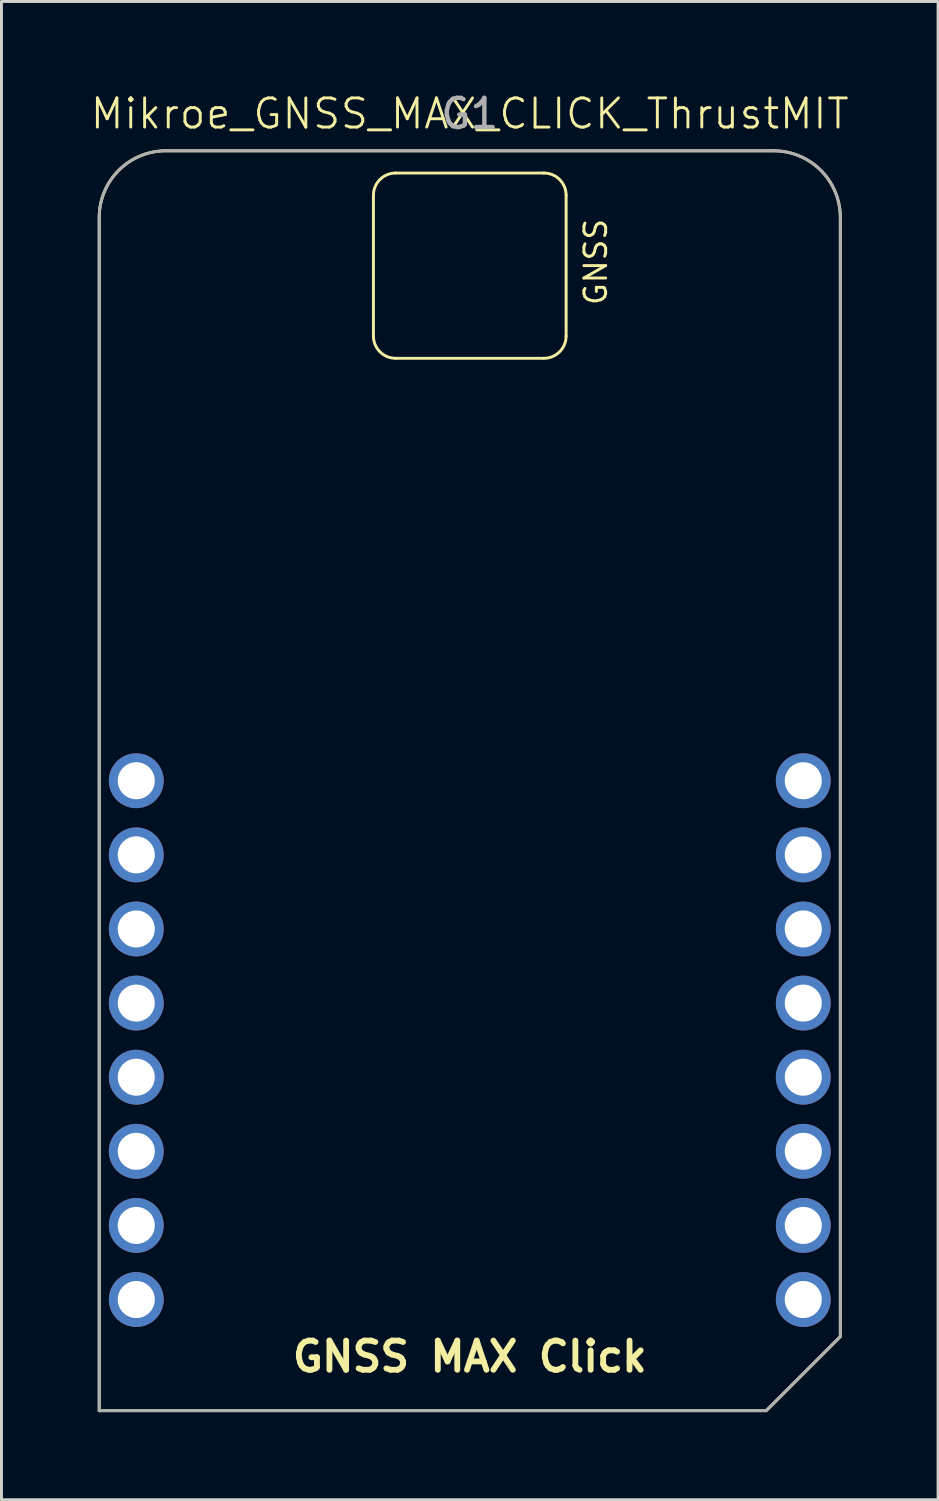
<source format=kicad_pcb>
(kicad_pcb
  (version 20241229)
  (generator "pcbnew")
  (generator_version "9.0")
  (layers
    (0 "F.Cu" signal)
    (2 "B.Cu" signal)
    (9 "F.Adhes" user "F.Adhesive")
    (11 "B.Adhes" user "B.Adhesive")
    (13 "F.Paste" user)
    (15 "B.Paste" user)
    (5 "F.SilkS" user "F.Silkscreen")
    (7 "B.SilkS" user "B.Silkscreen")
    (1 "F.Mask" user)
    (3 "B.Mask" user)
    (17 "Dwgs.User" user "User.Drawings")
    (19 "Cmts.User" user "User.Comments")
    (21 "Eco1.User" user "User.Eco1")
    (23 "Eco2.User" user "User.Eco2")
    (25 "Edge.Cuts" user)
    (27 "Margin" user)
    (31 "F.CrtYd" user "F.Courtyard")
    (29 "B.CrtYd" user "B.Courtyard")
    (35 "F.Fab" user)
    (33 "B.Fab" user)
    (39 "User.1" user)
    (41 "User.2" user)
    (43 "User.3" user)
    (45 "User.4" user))
  (footprint "Mikroe_GNSS_MAX_CLICK_ThrustMIT"
    (layer "F.Cu")
    (at 13.05 23.708)
    (property "Reference" "Mikroe_GNSS_MAX_CLICK_ThrustMIT" (at 0 -22.86 0) (unlocked yes) (layer "F.SilkS") (effects (font (size 1 1) (thickness 0.1))))
    (attr through_hole)
    (fp_line (start -3.302 -20.066) (end -3.302 -15.24) (stroke (width 0.1) (type default)) (layer "F.SilkS"))
    (fp_line (start -2.54 -20.828) (end 2.54 -20.828) (stroke (width 0.1) (type default)) (layer "F.SilkS"))
    (fp_line (start 2.54 -14.478) (end -2.54 -14.478) (stroke (width 0.1) (type default)) (layer "F.SilkS"))
    (fp_line (start 3.302 -20.066) (end 3.302 -15.24) (stroke (width 0.1) (type default)) (layer "F.SilkS"))
    (fp_arc (start -3.302 -20.066) (mid -3.078815 -20.604815) (end -2.54 -20.828) (stroke (width 0.1) (type default)) (layer "F.SilkS"))
    (fp_arc (start -2.54 -14.478) (mid -3.078815 -14.701185) (end -3.302 -15.24) (stroke (width 0.1) (type default)) (layer "F.SilkS"))
    (fp_arc (start 2.54 -20.828) (mid 3.078815 -20.604815) (end 3.302 -20.066) (stroke (width 0.1) (type default)) (layer "F.SilkS"))
    (fp_arc (start 3.302 -15.24) (mid 3.078815 -14.701185) (end 2.54 -14.478) (stroke (width 0.1) (type default)) (layer "F.SilkS"))
    (fp_poly (pts (xy 12.7 19.05) (xy 10.16 21.59) (xy -12.7 21.59) (xy -12.7 0) (arc (start -12.7 -19.304) (mid -12.030446 -20.920446) (end -10.414 -21.59)) (arc (start 10.414 -21.59) (mid 12.030446 -20.920446) (end 12.7 -19.304)) (xy 12.7 0)) (stroke (width 0.1) (type solid)) (fill no) (layer "F.SilkS"))
    (fp_line (start -12.7 0) (end -12.7 -19.304) (stroke (width 0.1) (type default)) (layer "F.Fab"))
    (fp_line (start -12.7 0) (end -12.7 21.59) (stroke (width 0.1) (type default)) (layer "F.Fab"))
    (fp_line (start -12.7 21.59) (end 10.16 21.59) (stroke (width 0.1) (type default)) (layer "F.Fab"))
    (fp_line (start -10.414 -21.59) (end 10.414 -21.59) (stroke (width 0.1) (type default)) (layer "F.Fab"))
    (fp_line (start 10.16 21.59) (end 12.7 19.05) (stroke (width 0.1) (type default)) (layer "F.Fab"))
    (fp_line (start 12.7 -19.304) (end 12.7 0) (stroke (width 0.1) (type default)) (layer "F.Fab"))
    (fp_line (start 12.7 19.05) (end 12.7 0) (stroke (width 0.1) (type default)) (layer "F.Fab"))
    (fp_arc (start -12.7 -19.304) (mid -12.030446 -20.920446) (end -10.414 -21.59) (stroke (width 0.1) (type default)) (layer "F.Fab"))
    (fp_arc (start 10.414 -21.59) (mid 12.030446 -20.920446) (end 12.7 -19.304) (stroke (width 0.1) (type default)) (layer "F.Fab"))
    (fp_text user "GNSS MAX Click" (at 0 20.32 0) (unlocked yes) (layer "F.SilkS") (effects (font (size 1 1) (thickness 0.2) (bold yes)) (justify bottom)))
    (fp_text user "GNSS" (at 4.318 -17.78 90) (unlocked yes) (layer "F.SilkS") (effects (font (size 0.746 0.746) (thickness 0.1))))
    (fp_text user "G1" (at 0 -22.86 0) (unlocked yes) (layer "F.Fab") (effects (font (size 1 1) (thickness 0.15))))
    (pad "1" thru_hole circle (at -11.43 17.78) (size 1.88 1.88) (drill 1.27) (layers "*.Cu" "*.Mask"))
    (pad "2" thru_hole circle (at -11.43 15.24) (size 1.88 1.88) (drill 1.27) (layers "*.Cu" "*.Mask"))
    (pad "3" thru_hole circle (at -11.43 12.7) (size 1.88 1.88) (drill 1.27) (layers "*.Cu" "*.Mask"))
    (pad "4" thru_hole circle (at -11.43 10.16) (size 1.88 1.88) (drill 1.27) (layers "*.Cu" "*.Mask"))
    (pad "5" thru_hole circle (at -11.43 7.62) (size 1.88 1.88) (drill 1.27) (layers "*.Cu" "*.Mask"))
    (pad "6" thru_hole circle (at -11.43 5.08) (size 1.88 1.88) (drill 1.27) (layers "*.Cu" "*.Mask"))
    (pad "7" thru_hole circle (at -11.43 2.54) (size 1.88 1.88) (drill 1.27) (layers "*.Cu" "*.Mask"))
    (pad "8" thru_hole circle (at -11.43 0) (size 1.88 1.88) (drill 1.27) (layers "*.Cu" "*.Mask"))
    (pad "9" thru_hole circle (at 11.43 17.78) (size 1.88 1.88) (drill 1.27) (layers "*.Cu" "*.Mask"))
    (pad "10" thru_hole circle (at 11.43 15.24) (size 1.88 1.88) (drill 1.27) (layers "*.Cu" "*.Mask"))
    (pad "11" thru_hole circle (at 11.43 12.7) (size 1.88 1.88) (drill 1.27) (layers "*.Cu" "*.Mask"))
    (pad "12" thru_hole circle (at 11.43 10.16) (size 1.88 1.88) (drill 1.27) (layers "*.Cu" "*.Mask"))
    (pad "13" thru_hole circle (at 11.43 7.62) (size 1.88 1.88) (drill 1.27) (layers "*.Cu" "*.Mask"))
    (pad "14" thru_hole circle (at 11.43 5.08) (size 1.88 1.88) (drill 1.27) (layers "*.Cu" "*.Mask"))
    (pad "15" thru_hole circle (at 11.43 2.54) (size 1.88 1.88) (drill 1.27) (layers "*.Cu" "*.Mask"))
    (pad "16" thru_hole circle (at 11.43 0) (size 1.88 1.88) (drill 1.27) (layers "*.Cu" "*.Mask")))
  (gr_rect
    (start -3 -3)
    (end 29.1 48.348)
    (stroke (width 0.1) (type default))
    (fill no)
    (layer "Edge.Cuts")))
</source>
